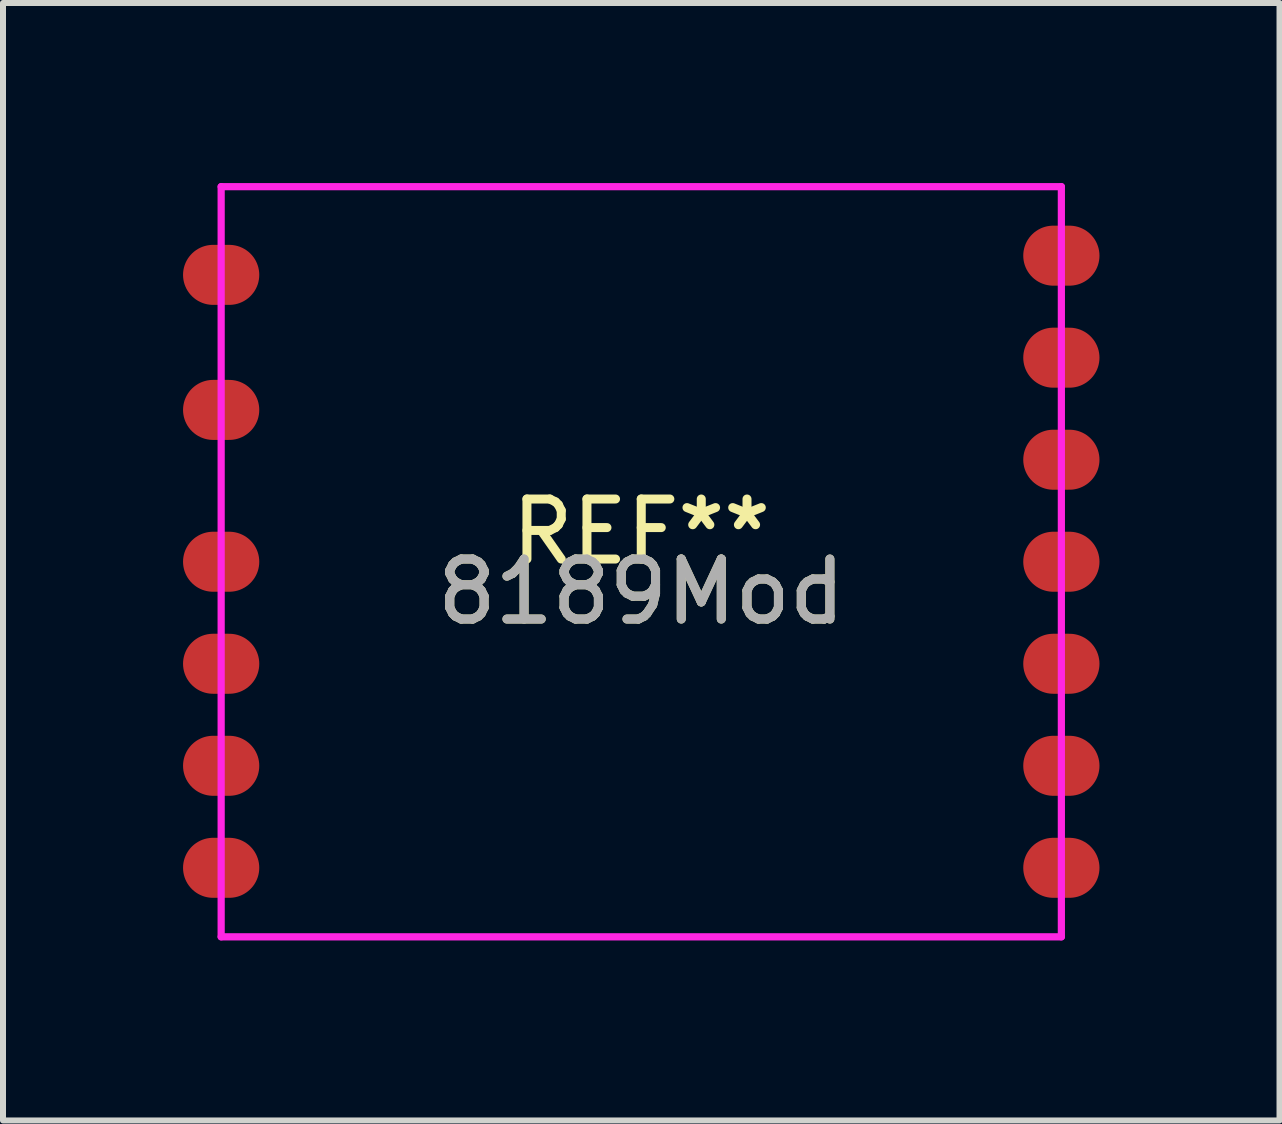
<source format=kicad_pcb>
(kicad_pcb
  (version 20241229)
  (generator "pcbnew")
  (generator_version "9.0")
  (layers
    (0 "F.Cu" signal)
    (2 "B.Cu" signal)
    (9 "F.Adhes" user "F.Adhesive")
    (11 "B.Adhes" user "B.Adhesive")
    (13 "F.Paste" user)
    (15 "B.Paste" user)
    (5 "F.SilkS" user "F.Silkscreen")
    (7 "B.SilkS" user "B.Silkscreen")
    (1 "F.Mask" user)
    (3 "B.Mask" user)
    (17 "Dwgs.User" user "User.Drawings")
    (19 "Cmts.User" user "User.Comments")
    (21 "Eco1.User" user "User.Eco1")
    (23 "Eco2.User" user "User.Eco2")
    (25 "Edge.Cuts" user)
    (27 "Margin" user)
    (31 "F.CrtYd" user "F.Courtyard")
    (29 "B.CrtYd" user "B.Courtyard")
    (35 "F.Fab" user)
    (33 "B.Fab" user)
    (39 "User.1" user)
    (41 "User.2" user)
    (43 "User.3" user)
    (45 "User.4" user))
  (footprint "8189Mod"
    (layer "F.Cu")
    (at 7.635 6.31)
    (property "Reference" "8189Mod" (at 0 0.5 0) (layer "F.SilkS") (effects (font (size 1 1) (thickness 0.15))))
    (attr through_hole)
    (fp_line (start -7 -6.25) (end 7 -6.25) (stroke (width 0.12) (type solid)) (layer "F.CrtYd"))
    (fp_line (start -7 6.25) (end -7 -6.25) (stroke (width 0.12) (type solid)) (layer "F.CrtYd"))
    (fp_line (start 7 -6.25) (end 7 6.25) (stroke (width 0.12) (type solid)) (layer "F.CrtYd"))
    (fp_line (start 7 6.25) (end -7 6.25) (stroke (width 0.12) (type solid)) (layer "F.CrtYd"))
    (fp_text user "REF**" (at 0 -0.5 180) (layer "F.SilkS") (effects (font (size 1 1) (thickness 0.15))))
    (fp_text user "8189Mod" (at 0 0.5 180) (layer "F.Fab") (effects (font (size 1 1) (thickness 0.15))))
    (pad "1" smd oval (at 7 5.1) (size 1.27 1) (layers "F.Cu" "F.Mask" "F.Paste"))
    (pad "2" smd oval (at 7 3.4) (size 1.27 1) (layers "F.Cu" "F.Mask" "F.Paste"))
    (pad "3" smd oval (at 7 1.7) (size 1.27 1) (layers "F.Cu" "F.Mask" "F.Paste"))
    (pad "4" smd oval (at 7 0) (size 1.27 1) (layers "F.Cu" "F.Mask" "F.Paste"))
    (pad "5" smd oval (at 7 -1.7) (size 1.27 1) (layers "F.Cu" "F.Mask" "F.Paste"))
    (pad "6" smd oval (at 7 -3.4) (size 1.27 1) (layers "F.Cu" "F.Mask" "F.Paste"))
    (pad "7" smd oval (at 7 -5.1) (size 1.27 1) (layers "F.Cu" "F.Mask" "F.Paste"))
    (pad "8" smd oval (at -7 -4.78) (size 1.27 1) (layers "F.Cu" "F.Mask" "F.Paste"))
    (pad "9" smd oval (at -7 -2.53) (size 1.27 1) (layers "F.Cu" "F.Mask" "F.Paste"))
    (pad "10" smd oval (at -7 0) (size 1.27 1) (layers "F.Cu" "F.Mask" "F.Paste"))
    (pad "11" smd oval (at -7 1.7) (size 1.27 1) (layers "F.Cu" "F.Mask" "F.Paste"))
    (pad "12" smd oval (at -7 3.4) (size 1.27 1) (layers "F.Cu" "F.Mask" "F.Paste"))
    (pad "13" smd oval (at -7 5.1) (size 1.27 1) (layers "F.Cu" "F.Mask" "F.Paste")))
  (gr_rect
    (start -3 -3)
    (end 18.27 15.62)
    (stroke (width 0.1) (type default))
    (fill no)
    (layer "Edge.Cuts")))
</source>
